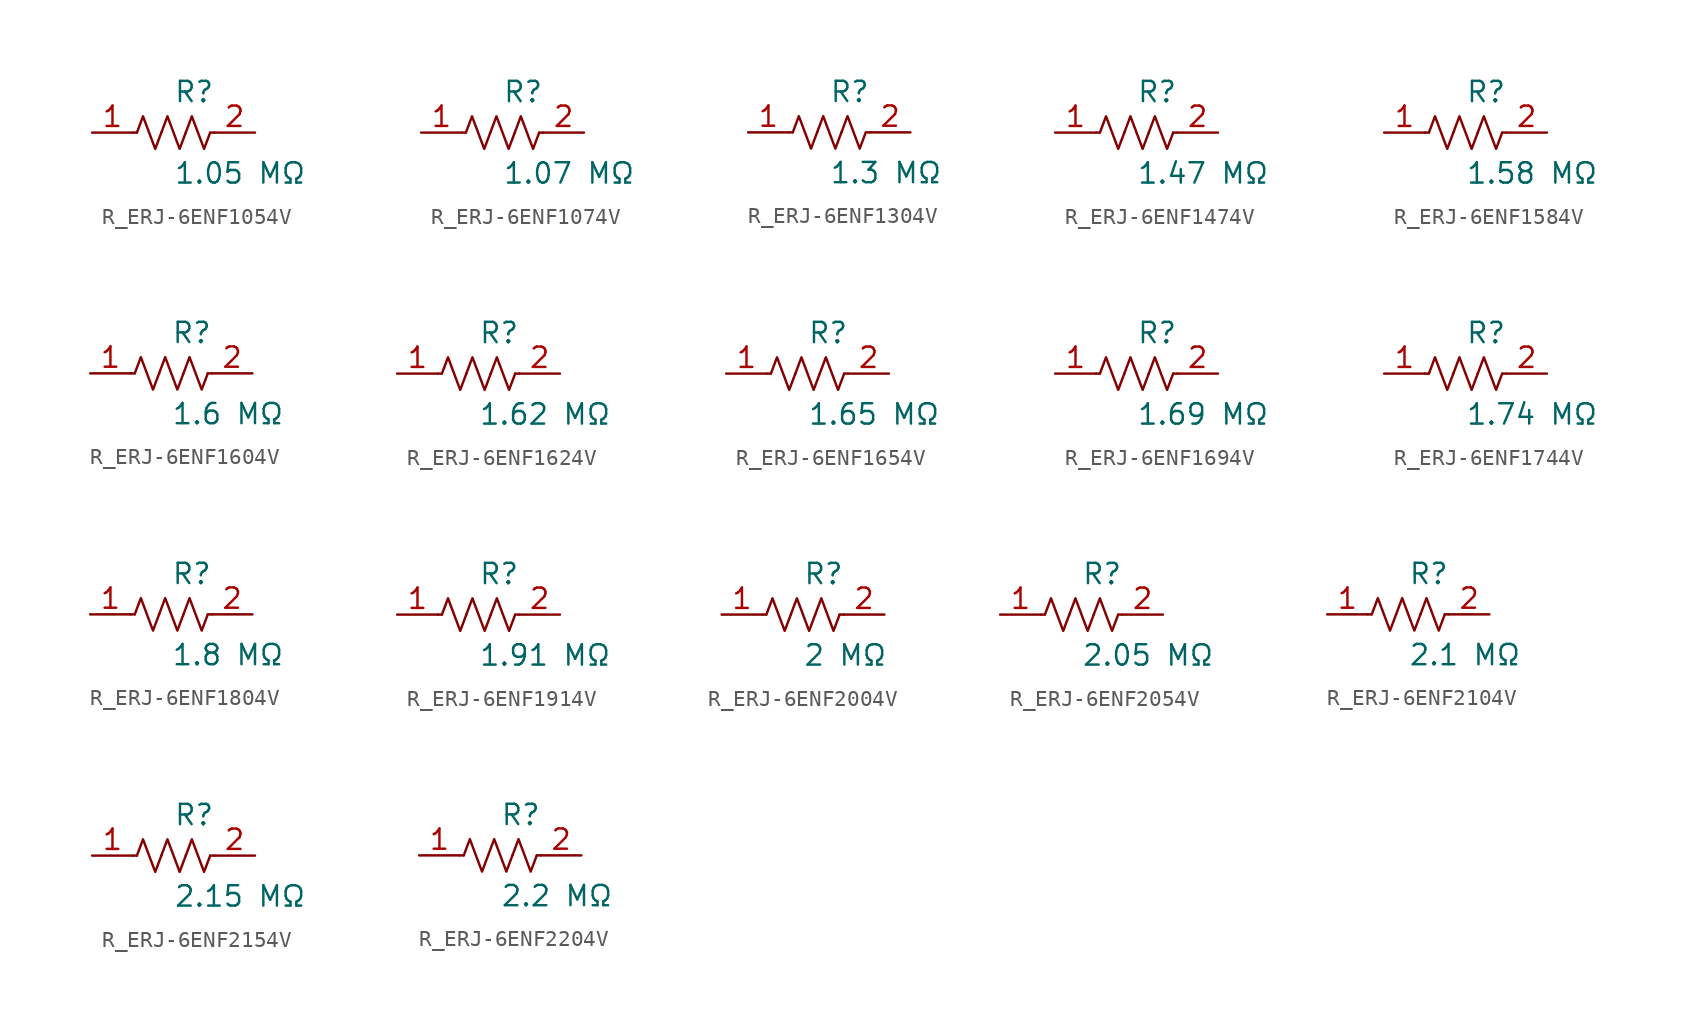
<source format=kicad_sym>
(kicad_symbol_lib
  (version 20231120)
  (generator kicad_symbol_editor)
  (generator_version 8.0)
  (symbol "R_ERJ-6ENF1054V"
    (pin_names
      (offset 0.254))
    (property "Reference" "R"
      (at 0.0 2.54 0)
      (effects (font (size 1.27 1.27)) (justify left)))
    (property "Value" "1.05 MΩ"
      (at 0.0 -2.54 0)
      (effects (font (size 1.27 1.27)) (justify left)))
    (symbol "R_ERJ-6ENF1054V_0_1"
      (polyline (pts (xy 2.286 0) (xy 2.54 0)) (stroke (width 0) (type default)) (fill (type none)))
      (polyline (pts (xy -2.286 0) (xy -2.54 0)) (stroke (width 0) (type default)) (fill (type none)))
      (polyline (pts (xy 0.762 0) (xy 1.143 1.016) (xy 1.524 0) (xy 1.905 -1.016) (xy 2.286 0)) (stroke (width 0) (type default)) (fill (type none)))
      (polyline (pts (xy -0.762 0) (xy -0.381 1.016) (xy 0 0) (xy 0.381 -1.016) (xy 0.762 0)) (stroke (width 0) (type default)) (fill (type none)))
      (polyline (pts (xy -2.286 0) (xy -1.905 1.016) (xy -1.524 0) (xy -1.143 -1.016) (xy -0.762 0)) (stroke (width 0) (type default)) (fill (type none))))
    (pin unspecified line
      (at -5.08 0 0)
      (length 2.54)
      (name "" (effects (font (size 1.27 1.27))))
      (number "1" (effects (font (size 1.27 1.27)))))
    (pin unspecified line
      (at 5.08 0 180)
      (length 2.54)
      (name "" (effects (font (size 1.27 1.27))))
      (number "2" (effects (font (size 1.27 1.27))))))
  (symbol "R_ERJ-6ENF1074V"
    (pin_names
      (offset 0.254))
    (property "Reference" "R"
      (at 0.0 2.54 0)
      (effects (font (size 1.27 1.27)) (justify left)))
    (property "Value" "1.07 MΩ"
      (at 0.0 -2.54 0)
      (effects (font (size 1.27 1.27)) (justify left)))
    (symbol "R_ERJ-6ENF1074V_0_1"
      (polyline (pts (xy 2.286 0) (xy 2.54 0)) (stroke (width 0) (type default)) (fill (type none)))
      (polyline (pts (xy -2.286 0) (xy -2.54 0)) (stroke (width 0) (type default)) (fill (type none)))
      (polyline (pts (xy 0.762 0) (xy 1.143 1.016) (xy 1.524 0) (xy 1.905 -1.016) (xy 2.286 0)) (stroke (width 0) (type default)) (fill (type none)))
      (polyline (pts (xy -0.762 0) (xy -0.381 1.016) (xy 0 0) (xy 0.381 -1.016) (xy 0.762 0)) (stroke (width 0) (type default)) (fill (type none)))
      (polyline (pts (xy -2.286 0) (xy -1.905 1.016) (xy -1.524 0) (xy -1.143 -1.016) (xy -0.762 0)) (stroke (width 0) (type default)) (fill (type none))))
    (pin unspecified line
      (at -5.08 0 0)
      (length 2.54)
      (name "" (effects (font (size 1.27 1.27))))
      (number "1" (effects (font (size 1.27 1.27)))))
    (pin unspecified line
      (at 5.08 0 180)
      (length 2.54)
      (name "" (effects (font (size 1.27 1.27))))
      (number "2" (effects (font (size 1.27 1.27))))))
  (symbol "R_ERJ-6ENF1304V"
    (pin_names
      (offset 0.254))
    (property "Reference" "R"
      (at 0.0 2.54 0)
      (effects (font (size 1.27 1.27)) (justify left)))
    (property "Value" "1.3 MΩ"
      (at 0.0 -2.54 0)
      (effects (font (size 1.27 1.27)) (justify left)))
    (symbol "R_ERJ-6ENF1304V_0_1"
      (polyline (pts (xy 2.286 0) (xy 2.54 0)) (stroke (width 0) (type default)) (fill (type none)))
      (polyline (pts (xy -2.286 0) (xy -2.54 0)) (stroke (width 0) (type default)) (fill (type none)))
      (polyline (pts (xy 0.762 0) (xy 1.143 1.016) (xy 1.524 0) (xy 1.905 -1.016) (xy 2.286 0)) (stroke (width 0) (type default)) (fill (type none)))
      (polyline (pts (xy -0.762 0) (xy -0.381 1.016) (xy 0 0) (xy 0.381 -1.016) (xy 0.762 0)) (stroke (width 0) (type default)) (fill (type none)))
      (polyline (pts (xy -2.286 0) (xy -1.905 1.016) (xy -1.524 0) (xy -1.143 -1.016) (xy -0.762 0)) (stroke (width 0) (type default)) (fill (type none))))
    (pin unspecified line
      (at -5.08 0 0)
      (length 2.54)
      (name "" (effects (font (size 1.27 1.27))))
      (number "1" (effects (font (size 1.27 1.27)))))
    (pin unspecified line
      (at 5.08 0 180)
      (length 2.54)
      (name "" (effects (font (size 1.27 1.27))))
      (number "2" (effects (font (size 1.27 1.27))))))
  (symbol "R_ERJ-6ENF1474V"
    (pin_names
      (offset 0.254))
    (property "Reference" "R"
      (at 0.0 2.54 0)
      (effects (font (size 1.27 1.27)) (justify left)))
    (property "Value" "1.47 MΩ"
      (at 0.0 -2.54 0)
      (effects (font (size 1.27 1.27)) (justify left)))
    (symbol "R_ERJ-6ENF1474V_0_1"
      (polyline (pts (xy 2.286 0) (xy 2.54 0)) (stroke (width 0) (type default)) (fill (type none)))
      (polyline (pts (xy -2.286 0) (xy -2.54 0)) (stroke (width 0) (type default)) (fill (type none)))
      (polyline (pts (xy 0.762 0) (xy 1.143 1.016) (xy 1.524 0) (xy 1.905 -1.016) (xy 2.286 0)) (stroke (width 0) (type default)) (fill (type none)))
      (polyline (pts (xy -0.762 0) (xy -0.381 1.016) (xy 0 0) (xy 0.381 -1.016) (xy 0.762 0)) (stroke (width 0) (type default)) (fill (type none)))
      (polyline (pts (xy -2.286 0) (xy -1.905 1.016) (xy -1.524 0) (xy -1.143 -1.016) (xy -0.762 0)) (stroke (width 0) (type default)) (fill (type none))))
    (pin unspecified line
      (at -5.08 0 0)
      (length 2.54)
      (name "" (effects (font (size 1.27 1.27))))
      (number "1" (effects (font (size 1.27 1.27)))))
    (pin unspecified line
      (at 5.08 0 180)
      (length 2.54)
      (name "" (effects (font (size 1.27 1.27))))
      (number "2" (effects (font (size 1.27 1.27))))))
  (symbol "R_ERJ-6ENF1584V"
    (pin_names
      (offset 0.254))
    (property "Reference" "R"
      (at 0.0 2.54 0)
      (effects (font (size 1.27 1.27)) (justify left)))
    (property "Value" "1.58 MΩ"
      (at 0.0 -2.54 0)
      (effects (font (size 1.27 1.27)) (justify left)))
    (symbol "R_ERJ-6ENF1584V_0_1"
      (polyline (pts (xy 2.286 0) (xy 2.54 0)) (stroke (width 0) (type default)) (fill (type none)))
      (polyline (pts (xy -2.286 0) (xy -2.54 0)) (stroke (width 0) (type default)) (fill (type none)))
      (polyline (pts (xy 0.762 0) (xy 1.143 1.016) (xy 1.524 0) (xy 1.905 -1.016) (xy 2.286 0)) (stroke (width 0) (type default)) (fill (type none)))
      (polyline (pts (xy -0.762 0) (xy -0.381 1.016) (xy 0 0) (xy 0.381 -1.016) (xy 0.762 0)) (stroke (width 0) (type default)) (fill (type none)))
      (polyline (pts (xy -2.286 0) (xy -1.905 1.016) (xy -1.524 0) (xy -1.143 -1.016) (xy -0.762 0)) (stroke (width 0) (type default)) (fill (type none))))
    (pin unspecified line
      (at -5.08 0 0)
      (length 2.54)
      (name "" (effects (font (size 1.27 1.27))))
      (number "1" (effects (font (size 1.27 1.27)))))
    (pin unspecified line
      (at 5.08 0 180)
      (length 2.54)
      (name "" (effects (font (size 1.27 1.27))))
      (number "2" (effects (font (size 1.27 1.27))))))
  (symbol "R_ERJ-6ENF1604V"
    (pin_names
      (offset 0.254))
    (property "Reference" "R"
      (at 0.0 2.54 0)
      (effects (font (size 1.27 1.27)) (justify left)))
    (property "Value" "1.6 MΩ"
      (at 0.0 -2.54 0)
      (effects (font (size 1.27 1.27)) (justify left)))
    (symbol "R_ERJ-6ENF1604V_0_1"
      (polyline (pts (xy 2.286 0) (xy 2.54 0)) (stroke (width 0) (type default)) (fill (type none)))
      (polyline (pts (xy -2.286 0) (xy -2.54 0)) (stroke (width 0) (type default)) (fill (type none)))
      (polyline (pts (xy 0.762 0) (xy 1.143 1.016) (xy 1.524 0) (xy 1.905 -1.016) (xy 2.286 0)) (stroke (width 0) (type default)) (fill (type none)))
      (polyline (pts (xy -0.762 0) (xy -0.381 1.016) (xy 0 0) (xy 0.381 -1.016) (xy 0.762 0)) (stroke (width 0) (type default)) (fill (type none)))
      (polyline (pts (xy -2.286 0) (xy -1.905 1.016) (xy -1.524 0) (xy -1.143 -1.016) (xy -0.762 0)) (stroke (width 0) (type default)) (fill (type none))))
    (pin unspecified line
      (at -5.08 0 0)
      (length 2.54)
      (name "" (effects (font (size 1.27 1.27))))
      (number "1" (effects (font (size 1.27 1.27)))))
    (pin unspecified line
      (at 5.08 0 180)
      (length 2.54)
      (name "" (effects (font (size 1.27 1.27))))
      (number "2" (effects (font (size 1.27 1.27))))))
  (symbol "R_ERJ-6ENF1624V"
    (pin_names
      (offset 0.254))
    (property "Reference" "R"
      (at 0.0 2.54 0)
      (effects (font (size 1.27 1.27)) (justify left)))
    (property "Value" "1.62 MΩ"
      (at 0.0 -2.54 0)
      (effects (font (size 1.27 1.27)) (justify left)))
    (symbol "R_ERJ-6ENF1624V_0_1"
      (polyline (pts (xy 2.286 0) (xy 2.54 0)) (stroke (width 0) (type default)) (fill (type none)))
      (polyline (pts (xy -2.286 0) (xy -2.54 0)) (stroke (width 0) (type default)) (fill (type none)))
      (polyline (pts (xy 0.762 0) (xy 1.143 1.016) (xy 1.524 0) (xy 1.905 -1.016) (xy 2.286 0)) (stroke (width 0) (type default)) (fill (type none)))
      (polyline (pts (xy -0.762 0) (xy -0.381 1.016) (xy 0 0) (xy 0.381 -1.016) (xy 0.762 0)) (stroke (width 0) (type default)) (fill (type none)))
      (polyline (pts (xy -2.286 0) (xy -1.905 1.016) (xy -1.524 0) (xy -1.143 -1.016) (xy -0.762 0)) (stroke (width 0) (type default)) (fill (type none))))
    (pin unspecified line
      (at -5.08 0 0)
      (length 2.54)
      (name "" (effects (font (size 1.27 1.27))))
      (number "1" (effects (font (size 1.27 1.27)))))
    (pin unspecified line
      (at 5.08 0 180)
      (length 2.54)
      (name "" (effects (font (size 1.27 1.27))))
      (number "2" (effects (font (size 1.27 1.27))))))
  (symbol "R_ERJ-6ENF1654V"
    (pin_names
      (offset 0.254))
    (property "Reference" "R"
      (at 0.0 2.54 0)
      (effects (font (size 1.27 1.27)) (justify left)))
    (property "Value" "1.65 MΩ"
      (at 0.0 -2.54 0)
      (effects (font (size 1.27 1.27)) (justify left)))
    (symbol "R_ERJ-6ENF1654V_0_1"
      (polyline (pts (xy 2.286 0) (xy 2.54 0)) (stroke (width 0) (type default)) (fill (type none)))
      (polyline (pts (xy -2.286 0) (xy -2.54 0)) (stroke (width 0) (type default)) (fill (type none)))
      (polyline (pts (xy 0.762 0) (xy 1.143 1.016) (xy 1.524 0) (xy 1.905 -1.016) (xy 2.286 0)) (stroke (width 0) (type default)) (fill (type none)))
      (polyline (pts (xy -0.762 0) (xy -0.381 1.016) (xy 0 0) (xy 0.381 -1.016) (xy 0.762 0)) (stroke (width 0) (type default)) (fill (type none)))
      (polyline (pts (xy -2.286 0) (xy -1.905 1.016) (xy -1.524 0) (xy -1.143 -1.016) (xy -0.762 0)) (stroke (width 0) (type default)) (fill (type none))))
    (pin unspecified line
      (at -5.08 0 0)
      (length 2.54)
      (name "" (effects (font (size 1.27 1.27))))
      (number "1" (effects (font (size 1.27 1.27)))))
    (pin unspecified line
      (at 5.08 0 180)
      (length 2.54)
      (name "" (effects (font (size 1.27 1.27))))
      (number "2" (effects (font (size 1.27 1.27))))))
  (symbol "R_ERJ-6ENF1694V"
    (pin_names
      (offset 0.254))
    (property "Reference" "R"
      (at 0.0 2.54 0)
      (effects (font (size 1.27 1.27)) (justify left)))
    (property "Value" "1.69 MΩ"
      (at 0.0 -2.54 0)
      (effects (font (size 1.27 1.27)) (justify left)))
    (symbol "R_ERJ-6ENF1694V_0_1"
      (polyline (pts (xy 2.286 0) (xy 2.54 0)) (stroke (width 0) (type default)) (fill (type none)))
      (polyline (pts (xy -2.286 0) (xy -2.54 0)) (stroke (width 0) (type default)) (fill (type none)))
      (polyline (pts (xy 0.762 0) (xy 1.143 1.016) (xy 1.524 0) (xy 1.905 -1.016) (xy 2.286 0)) (stroke (width 0) (type default)) (fill (type none)))
      (polyline (pts (xy -0.762 0) (xy -0.381 1.016) (xy 0 0) (xy 0.381 -1.016) (xy 0.762 0)) (stroke (width 0) (type default)) (fill (type none)))
      (polyline (pts (xy -2.286 0) (xy -1.905 1.016) (xy -1.524 0) (xy -1.143 -1.016) (xy -0.762 0)) (stroke (width 0) (type default)) (fill (type none))))
    (pin unspecified line
      (at -5.08 0 0)
      (length 2.54)
      (name "" (effects (font (size 1.27 1.27))))
      (number "1" (effects (font (size 1.27 1.27)))))
    (pin unspecified line
      (at 5.08 0 180)
      (length 2.54)
      (name "" (effects (font (size 1.27 1.27))))
      (number "2" (effects (font (size 1.27 1.27))))))
  (symbol "R_ERJ-6ENF1744V"
    (pin_names
      (offset 0.254))
    (property "Reference" "R"
      (at 0.0 2.54 0)
      (effects (font (size 1.27 1.27)) (justify left)))
    (property "Value" "1.74 MΩ"
      (at 0.0 -2.54 0)
      (effects (font (size 1.27 1.27)) (justify left)))
    (symbol "R_ERJ-6ENF1744V_0_1"
      (polyline (pts (xy 2.286 0) (xy 2.54 0)) (stroke (width 0) (type default)) (fill (type none)))
      (polyline (pts (xy -2.286 0) (xy -2.54 0)) (stroke (width 0) (type default)) (fill (type none)))
      (polyline (pts (xy 0.762 0) (xy 1.143 1.016) (xy 1.524 0) (xy 1.905 -1.016) (xy 2.286 0)) (stroke (width 0) (type default)) (fill (type none)))
      (polyline (pts (xy -0.762 0) (xy -0.381 1.016) (xy 0 0) (xy 0.381 -1.016) (xy 0.762 0)) (stroke (width 0) (type default)) (fill (type none)))
      (polyline (pts (xy -2.286 0) (xy -1.905 1.016) (xy -1.524 0) (xy -1.143 -1.016) (xy -0.762 0)) (stroke (width 0) (type default)) (fill (type none))))
    (pin unspecified line
      (at -5.08 0 0)
      (length 2.54)
      (name "" (effects (font (size 1.27 1.27))))
      (number "1" (effects (font (size 1.27 1.27)))))
    (pin unspecified line
      (at 5.08 0 180)
      (length 2.54)
      (name "" (effects (font (size 1.27 1.27))))
      (number "2" (effects (font (size 1.27 1.27))))))
  (symbol "R_ERJ-6ENF1804V"
    (pin_names
      (offset 0.254))
    (property "Reference" "R"
      (at 0.0 2.54 0)
      (effects (font (size 1.27 1.27)) (justify left)))
    (property "Value" "1.8 MΩ"
      (at 0.0 -2.54 0)
      (effects (font (size 1.27 1.27)) (justify left)))
    (symbol "R_ERJ-6ENF1804V_0_1"
      (polyline (pts (xy 2.286 0) (xy 2.54 0)) (stroke (width 0) (type default)) (fill (type none)))
      (polyline (pts (xy -2.286 0) (xy -2.54 0)) (stroke (width 0) (type default)) (fill (type none)))
      (polyline (pts (xy 0.762 0) (xy 1.143 1.016) (xy 1.524 0) (xy 1.905 -1.016) (xy 2.286 0)) (stroke (width 0) (type default)) (fill (type none)))
      (polyline (pts (xy -0.762 0) (xy -0.381 1.016) (xy 0 0) (xy 0.381 -1.016) (xy 0.762 0)) (stroke (width 0) (type default)) (fill (type none)))
      (polyline (pts (xy -2.286 0) (xy -1.905 1.016) (xy -1.524 0) (xy -1.143 -1.016) (xy -0.762 0)) (stroke (width 0) (type default)) (fill (type none))))
    (pin unspecified line
      (at -5.08 0 0)
      (length 2.54)
      (name "" (effects (font (size 1.27 1.27))))
      (number "1" (effects (font (size 1.27 1.27)))))
    (pin unspecified line
      (at 5.08 0 180)
      (length 2.54)
      (name "" (effects (font (size 1.27 1.27))))
      (number "2" (effects (font (size 1.27 1.27))))))
  (symbol "R_ERJ-6ENF1914V"
    (pin_names
      (offset 0.254))
    (property "Reference" "R"
      (at 0.0 2.54 0)
      (effects (font (size 1.27 1.27)) (justify left)))
    (property "Value" "1.91 MΩ"
      (at 0.0 -2.54 0)
      (effects (font (size 1.27 1.27)) (justify left)))
    (symbol "R_ERJ-6ENF1914V_0_1"
      (polyline (pts (xy 2.286 0) (xy 2.54 0)) (stroke (width 0) (type default)) (fill (type none)))
      (polyline (pts (xy -2.286 0) (xy -2.54 0)) (stroke (width 0) (type default)) (fill (type none)))
      (polyline (pts (xy 0.762 0) (xy 1.143 1.016) (xy 1.524 0) (xy 1.905 -1.016) (xy 2.286 0)) (stroke (width 0) (type default)) (fill (type none)))
      (polyline (pts (xy -0.762 0) (xy -0.381 1.016) (xy 0 0) (xy 0.381 -1.016) (xy 0.762 0)) (stroke (width 0) (type default)) (fill (type none)))
      (polyline (pts (xy -2.286 0) (xy -1.905 1.016) (xy -1.524 0) (xy -1.143 -1.016) (xy -0.762 0)) (stroke (width 0) (type default)) (fill (type none))))
    (pin unspecified line
      (at -5.08 0 0)
      (length 2.54)
      (name "" (effects (font (size 1.27 1.27))))
      (number "1" (effects (font (size 1.27 1.27)))))
    (pin unspecified line
      (at 5.08 0 180)
      (length 2.54)
      (name "" (effects (font (size 1.27 1.27))))
      (number "2" (effects (font (size 1.27 1.27))))))
  (symbol "R_ERJ-6ENF2004V"
    (pin_names
      (offset 0.254))
    (property "Reference" "R"
      (at 0.0 2.54 0)
      (effects (font (size 1.27 1.27)) (justify left)))
    (property "Value" "2 MΩ"
      (at 0.0 -2.54 0)
      (effects (font (size 1.27 1.27)) (justify left)))
    (symbol "R_ERJ-6ENF2004V_0_1"
      (polyline (pts (xy 2.286 0) (xy 2.54 0)) (stroke (width 0) (type default)) (fill (type none)))
      (polyline (pts (xy -2.286 0) (xy -2.54 0)) (stroke (width 0) (type default)) (fill (type none)))
      (polyline (pts (xy 0.762 0) (xy 1.143 1.016) (xy 1.524 0) (xy 1.905 -1.016) (xy 2.286 0)) (stroke (width 0) (type default)) (fill (type none)))
      (polyline (pts (xy -0.762 0) (xy -0.381 1.016) (xy 0 0) (xy 0.381 -1.016) (xy 0.762 0)) (stroke (width 0) (type default)) (fill (type none)))
      (polyline (pts (xy -2.286 0) (xy -1.905 1.016) (xy -1.524 0) (xy -1.143 -1.016) (xy -0.762 0)) (stroke (width 0) (type default)) (fill (type none))))
    (pin unspecified line
      (at -5.08 0 0)
      (length 2.54)
      (name "" (effects (font (size 1.27 1.27))))
      (number "1" (effects (font (size 1.27 1.27)))))
    (pin unspecified line
      (at 5.08 0 180)
      (length 2.54)
      (name "" (effects (font (size 1.27 1.27))))
      (number "2" (effects (font (size 1.27 1.27))))))
  (symbol "R_ERJ-6ENF2054V"
    (pin_names
      (offset 0.254))
    (property "Reference" "R"
      (at 0.0 2.54 0)
      (effects (font (size 1.27 1.27)) (justify left)))
    (property "Value" "2.05 MΩ"
      (at 0.0 -2.54 0)
      (effects (font (size 1.27 1.27)) (justify left)))
    (symbol "R_ERJ-6ENF2054V_0_1"
      (polyline (pts (xy 2.286 0) (xy 2.54 0)) (stroke (width 0) (type default)) (fill (type none)))
      (polyline (pts (xy -2.286 0) (xy -2.54 0)) (stroke (width 0) (type default)) (fill (type none)))
      (polyline (pts (xy 0.762 0) (xy 1.143 1.016) (xy 1.524 0) (xy 1.905 -1.016) (xy 2.286 0)) (stroke (width 0) (type default)) (fill (type none)))
      (polyline (pts (xy -0.762 0) (xy -0.381 1.016) (xy 0 0) (xy 0.381 -1.016) (xy 0.762 0)) (stroke (width 0) (type default)) (fill (type none)))
      (polyline (pts (xy -2.286 0) (xy -1.905 1.016) (xy -1.524 0) (xy -1.143 -1.016) (xy -0.762 0)) (stroke (width 0) (type default)) (fill (type none))))
    (pin unspecified line
      (at -5.08 0 0)
      (length 2.54)
      (name "" (effects (font (size 1.27 1.27))))
      (number "1" (effects (font (size 1.27 1.27)))))
    (pin unspecified line
      (at 5.08 0 180)
      (length 2.54)
      (name "" (effects (font (size 1.27 1.27))))
      (number "2" (effects (font (size 1.27 1.27))))))
  (symbol "R_ERJ-6ENF2104V"
    (pin_names
      (offset 0.254))
    (property "Reference" "R"
      (at 0.0 2.54 0)
      (effects (font (size 1.27 1.27)) (justify left)))
    (property "Value" "2.1 MΩ"
      (at 0.0 -2.54 0)
      (effects (font (size 1.27 1.27)) (justify left)))
    (symbol "R_ERJ-6ENF2104V_0_1"
      (polyline (pts (xy 2.286 0) (xy 2.54 0)) (stroke (width 0) (type default)) (fill (type none)))
      (polyline (pts (xy -2.286 0) (xy -2.54 0)) (stroke (width 0) (type default)) (fill (type none)))
      (polyline (pts (xy 0.762 0) (xy 1.143 1.016) (xy 1.524 0) (xy 1.905 -1.016) (xy 2.286 0)) (stroke (width 0) (type default)) (fill (type none)))
      (polyline (pts (xy -0.762 0) (xy -0.381 1.016) (xy 0 0) (xy 0.381 -1.016) (xy 0.762 0)) (stroke (width 0) (type default)) (fill (type none)))
      (polyline (pts (xy -2.286 0) (xy -1.905 1.016) (xy -1.524 0) (xy -1.143 -1.016) (xy -0.762 0)) (stroke (width 0) (type default)) (fill (type none))))
    (pin unspecified line
      (at -5.08 0 0)
      (length 2.54)
      (name "" (effects (font (size 1.27 1.27))))
      (number "1" (effects (font (size 1.27 1.27)))))
    (pin unspecified line
      (at 5.08 0 180)
      (length 2.54)
      (name "" (effects (font (size 1.27 1.27))))
      (number "2" (effects (font (size 1.27 1.27))))))
  (symbol "R_ERJ-6ENF2154V"
    (pin_names
      (offset 0.254))
    (property "Reference" "R"
      (at 0.0 2.54 0)
      (effects (font (size 1.27 1.27)) (justify left)))
    (property "Value" "2.15 MΩ"
      (at 0.0 -2.54 0)
      (effects (font (size 1.27 1.27)) (justify left)))
    (symbol "R_ERJ-6ENF2154V_0_1"
      (polyline (pts (xy 2.286 0) (xy 2.54 0)) (stroke (width 0) (type default)) (fill (type none)))
      (polyline (pts (xy -2.286 0) (xy -2.54 0)) (stroke (width 0) (type default)) (fill (type none)))
      (polyline (pts (xy 0.762 0) (xy 1.143 1.016) (xy 1.524 0) (xy 1.905 -1.016) (xy 2.286 0)) (stroke (width 0) (type default)) (fill (type none)))
      (polyline (pts (xy -0.762 0) (xy -0.381 1.016) (xy 0 0) (xy 0.381 -1.016) (xy 0.762 0)) (stroke (width 0) (type default)) (fill (type none)))
      (polyline (pts (xy -2.286 0) (xy -1.905 1.016) (xy -1.524 0) (xy -1.143 -1.016) (xy -0.762 0)) (stroke (width 0) (type default)) (fill (type none))))
    (pin unspecified line
      (at -5.08 0 0)
      (length 2.54)
      (name "" (effects (font (size 1.27 1.27))))
      (number "1" (effects (font (size 1.27 1.27)))))
    (pin unspecified line
      (at 5.08 0 180)
      (length 2.54)
      (name "" (effects (font (size 1.27 1.27))))
      (number "2" (effects (font (size 1.27 1.27))))))
  (symbol "R_ERJ-6ENF2204V"
    (pin_names
      (offset 0.254))
    (property "Reference" "R"
      (at 0.0 2.54 0)
      (effects (font (size 1.27 1.27)) (justify left)))
    (property "Value" "2.2 MΩ"
      (at 0.0 -2.54 0)
      (effects (font (size 1.27 1.27)) (justify left)))
    (symbol "R_ERJ-6ENF2204V_0_1"
      (polyline (pts (xy 2.286 0) (xy 2.54 0)) (stroke (width 0) (type default)) (fill (type none)))
      (polyline (pts (xy -2.286 0) (xy -2.54 0)) (stroke (width 0) (type default)) (fill (type none)))
      (polyline (pts (xy 0.762 0) (xy 1.143 1.016) (xy 1.524 0) (xy 1.905 -1.016) (xy 2.286 0)) (stroke (width 0) (type default)) (fill (type none)))
      (polyline (pts (xy -0.762 0) (xy -0.381 1.016) (xy 0 0) (xy 0.381 -1.016) (xy 0.762 0)) (stroke (width 0) (type default)) (fill (type none)))
      (polyline (pts (xy -2.286 0) (xy -1.905 1.016) (xy -1.524 0) (xy -1.143 -1.016) (xy -0.762 0)) (stroke (width 0) (type default)) (fill (type none))))
    (pin unspecified line
      (at -5.08 0 0)
      (length 2.54)
      (name "" (effects (font (size 1.27 1.27))))
      (number "1" (effects (font (size 1.27 1.27)))))
    (pin unspecified line
      (at 5.08 0 180)
      (length 2.54)
      (name "" (effects (font (size 1.27 1.27))))
      (number "2" (effects (font (size 1.27 1.27)))))))
</source>
